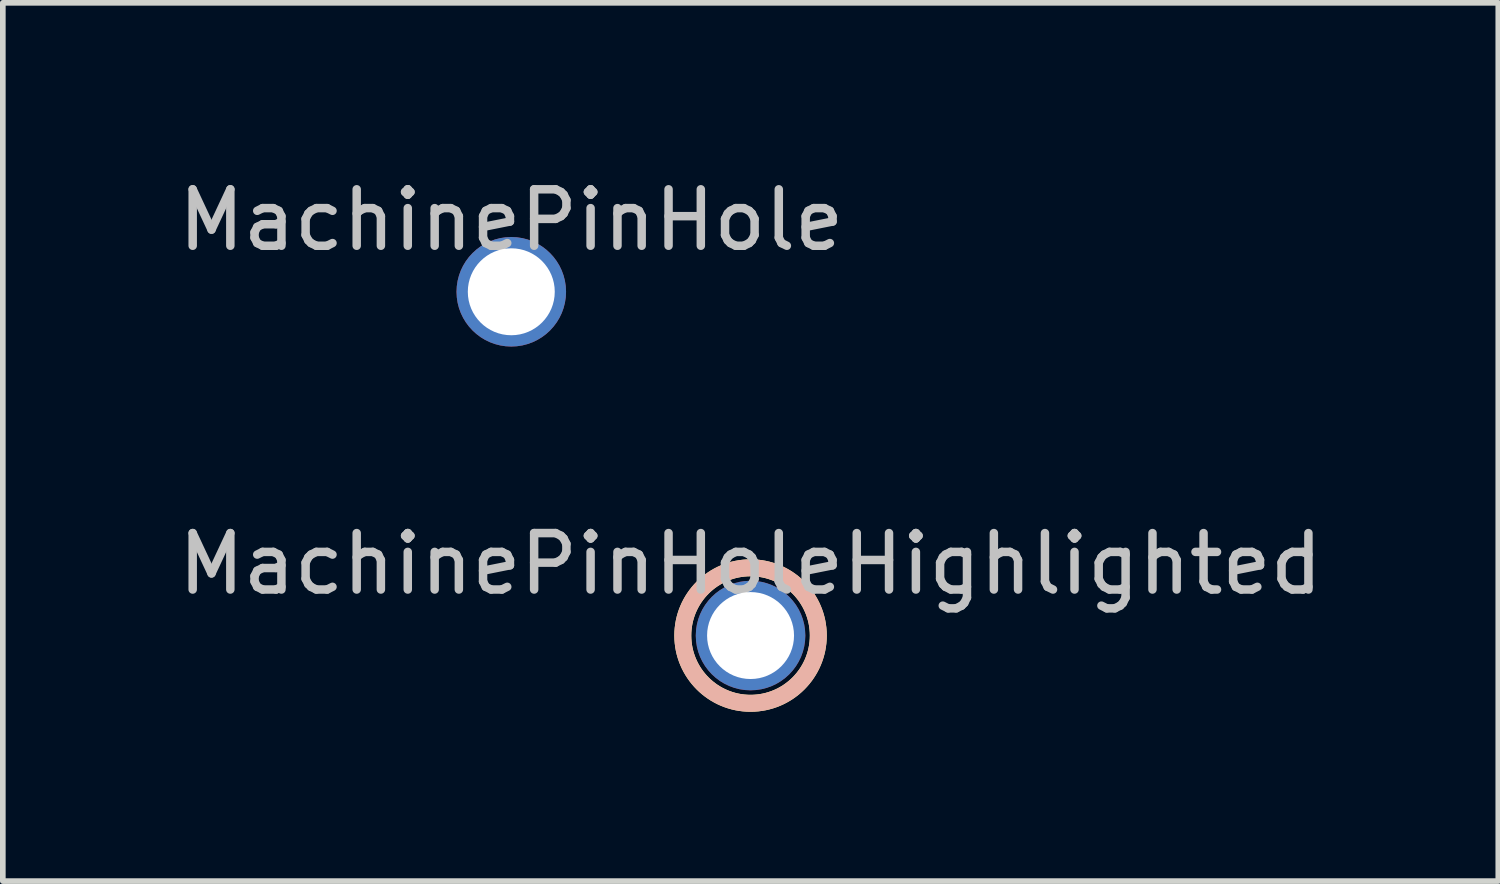
<source format=kicad_pcb>
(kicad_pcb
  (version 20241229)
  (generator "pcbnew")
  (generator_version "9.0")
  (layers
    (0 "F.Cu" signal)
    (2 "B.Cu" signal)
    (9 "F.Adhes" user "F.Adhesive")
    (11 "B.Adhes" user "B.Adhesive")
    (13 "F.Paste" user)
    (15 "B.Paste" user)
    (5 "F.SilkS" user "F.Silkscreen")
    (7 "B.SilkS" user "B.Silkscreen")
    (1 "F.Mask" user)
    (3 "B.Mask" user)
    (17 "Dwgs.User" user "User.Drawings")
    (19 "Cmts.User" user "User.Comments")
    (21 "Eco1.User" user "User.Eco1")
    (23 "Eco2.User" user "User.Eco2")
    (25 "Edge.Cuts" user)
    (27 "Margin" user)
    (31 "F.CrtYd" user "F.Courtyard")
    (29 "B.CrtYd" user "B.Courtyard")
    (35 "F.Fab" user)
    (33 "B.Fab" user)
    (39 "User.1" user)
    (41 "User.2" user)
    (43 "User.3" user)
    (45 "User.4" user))
  (footprint "MachinePinHole"
    (layer "F.Cu")
    (at 6.006 2.118)
    (property "Reference" "MachinePinHole" (at 0 -1.27 0) (layer "Dwgs.User") (effects (font (size 1 1) (thickness 0.15))))
    (attr through_hole)
    (pad "1" thru_hole circle (at 0 0) (size 1.94 1.94) (drill 1.54) (layers "*.Cu" "*.Mask")))
  (footprint "MachinePinHoleHighlighted"
    (layer "F.Cu")
    (at 10.244 8.207)
    (property "Reference" "MachinePinHoleHighlighted" (at 0 -1.27 0) (layer "Dwgs.User") (effects (font (size 1 1) (thickness 0.15))))
    (attr through_hole)
    (fp_circle (center 0 0) (end 1.2 0) (stroke (width 0.3) (type solid)) (fill no) (layer "F.SilkS"))
    (fp_circle (center 0 0) (end 1.2 0) (stroke (width 0.3) (type solid)) (fill no) (layer "B.SilkS"))
    (pad "1" thru_hole circle (at 0 0) (size 1.94 1.94) (drill 1.54) (layers "*.Cu" "*.Mask")))
  (gr_rect
    (start -3 -3)
    (end 23.488 12.556)
    (stroke (width 0.1) (type default))
    (fill no)
    (layer "Edge.Cuts")))
</source>
